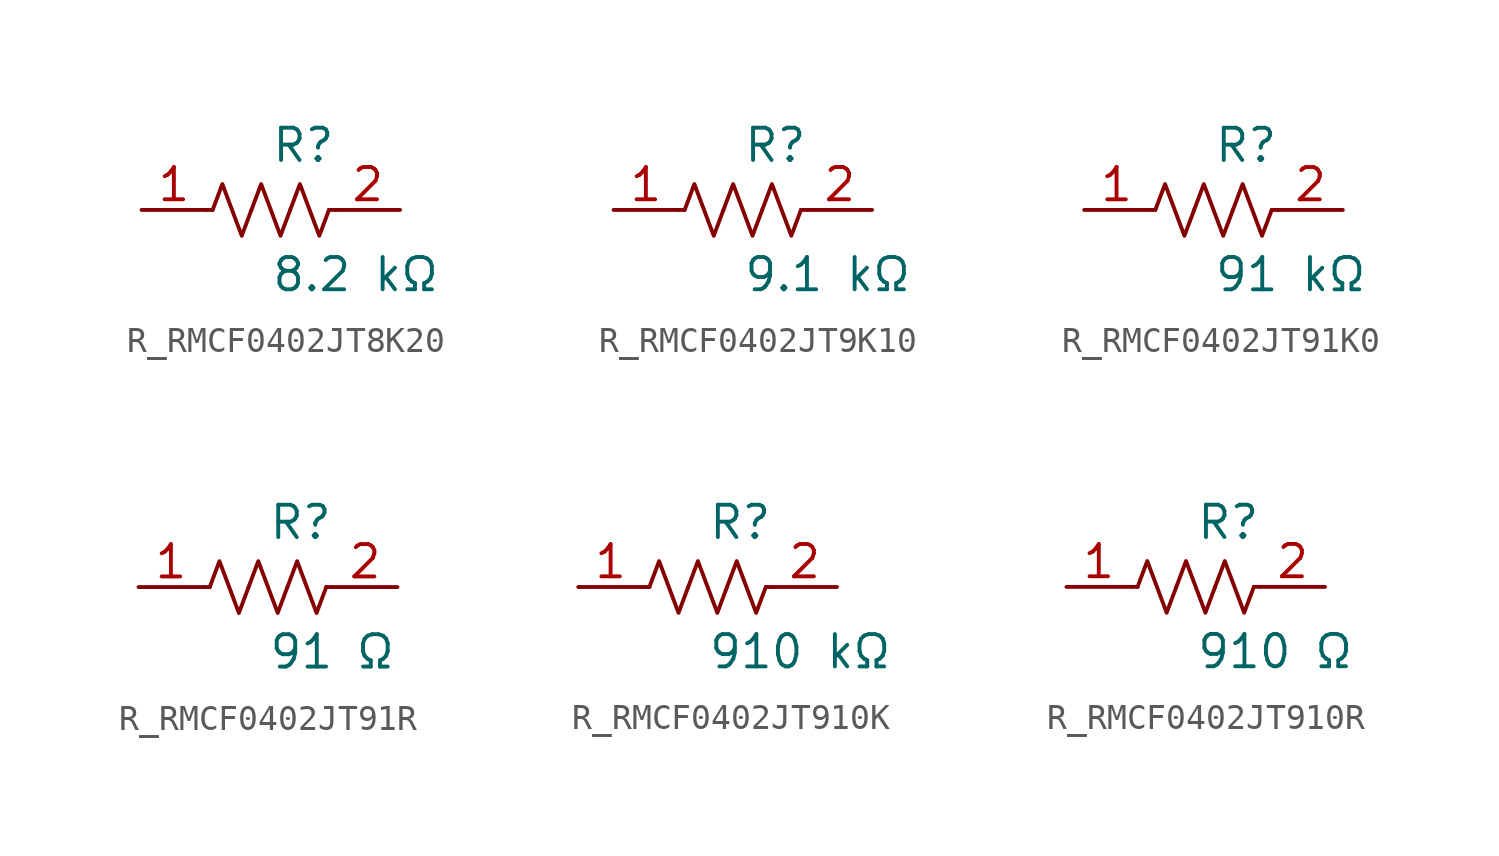
<source format=kicad_sym>
(kicad_symbol_lib
  (version 20231120)
  (generator kicad_symbol_editor)
  (generator_version 8.0)
  (symbol "R_RMCF0402JT8K20"
    (pin_names
      (offset 0.254))
    (property "Reference" "R"
      (at 0 2.54 0)
      (effects (font (size 1.27 1.27)) (justify left)))
    (property "Value" "8.2 kΩ"
      (at 0 -2.54 0)
      (effects (font (size 1.27 1.27)) (justify left)))
    (symbol "R_RMCF0402JT8K20_0_1"
      (polyline (pts (xy 2.286 0) (xy 2.54 0)) (stroke (width 0) (type default)) (fill (type none)))
      (polyline (pts (xy -2.286 0) (xy -2.54 0)) (stroke (width 0) (type default)) (fill (type none)))
      (polyline (pts (xy 0.762 0) (xy 1.143 1.016) (xy 1.524 0) (xy 1.905 -1.016) (xy 2.286 0)) (stroke (width 0) (type default)) (fill (type none)))
      (polyline (pts (xy -0.762 0) (xy -0.381 1.016) (xy 0 0) (xy 0.381 -1.016) (xy 0.762 0)) (stroke (width 0) (type default)) (fill (type none)))
      (polyline (pts (xy -2.286 0) (xy -1.905 1.016) (xy -1.524 0) (xy -1.143 -1.016) (xy -0.762 0)) (stroke (width 0) (type default)) (fill (type none))))
    (pin unspecified line
      (at -5.08 0 0)
      (length 2.54)
      (name "" (effects (font (size 1.27 1.27))))
      (number "1" (effects (font (size 1.27 1.27)))))
    (pin unspecified line
      (at 5.08 0 180)
      (length 2.54)
      (name "" (effects (font (size 1.27 1.27))))
      (number "2" (effects (font (size 1.27 1.27))))))
  (symbol "R_RMCF0402JT9K10"
    (pin_names
      (offset 0.254))
    (property "Reference" "R"
      (at 0 2.54 0)
      (effects (font (size 1.27 1.27)) (justify left)))
    (property "Value" "9.1 kΩ"
      (at 0 -2.54 0)
      (effects (font (size 1.27 1.27)) (justify left)))
    (symbol "R_RMCF0402JT9K10_0_1"
      (polyline (pts (xy 2.286 0) (xy 2.54 0)) (stroke (width 0) (type default)) (fill (type none)))
      (polyline (pts (xy -2.286 0) (xy -2.54 0)) (stroke (width 0) (type default)) (fill (type none)))
      (polyline (pts (xy 0.762 0) (xy 1.143 1.016) (xy 1.524 0) (xy 1.905 -1.016) (xy 2.286 0)) (stroke (width 0) (type default)) (fill (type none)))
      (polyline (pts (xy -0.762 0) (xy -0.381 1.016) (xy 0 0) (xy 0.381 -1.016) (xy 0.762 0)) (stroke (width 0) (type default)) (fill (type none)))
      (polyline (pts (xy -2.286 0) (xy -1.905 1.016) (xy -1.524 0) (xy -1.143 -1.016) (xy -0.762 0)) (stroke (width 0) (type default)) (fill (type none))))
    (pin unspecified line
      (at -5.08 0 0)
      (length 2.54)
      (name "" (effects (font (size 1.27 1.27))))
      (number "1" (effects (font (size 1.27 1.27)))))
    (pin unspecified line
      (at 5.08 0 180)
      (length 2.54)
      (name "" (effects (font (size 1.27 1.27))))
      (number "2" (effects (font (size 1.27 1.27))))))
  (symbol "R_RMCF0402JT91K0"
    (pin_names
      (offset 0.254))
    (property "Reference" "R"
      (at 0 2.54 0)
      (effects (font (size 1.27 1.27)) (justify left)))
    (property "Value" "91 kΩ"
      (at 0 -2.54 0)
      (effects (font (size 1.27 1.27)) (justify left)))
    (symbol "R_RMCF0402JT91K0_0_1"
      (polyline (pts (xy 2.286 0) (xy 2.54 0)) (stroke (width 0) (type default)) (fill (type none)))
      (polyline (pts (xy -2.286 0) (xy -2.54 0)) (stroke (width 0) (type default)) (fill (type none)))
      (polyline (pts (xy 0.762 0) (xy 1.143 1.016) (xy 1.524 0) (xy 1.905 -1.016) (xy 2.286 0)) (stroke (width 0) (type default)) (fill (type none)))
      (polyline (pts (xy -0.762 0) (xy -0.381 1.016) (xy 0 0) (xy 0.381 -1.016) (xy 0.762 0)) (stroke (width 0) (type default)) (fill (type none)))
      (polyline (pts (xy -2.286 0) (xy -1.905 1.016) (xy -1.524 0) (xy -1.143 -1.016) (xy -0.762 0)) (stroke (width 0) (type default)) (fill (type none))))
    (pin unspecified line
      (at -5.08 0 0)
      (length 2.54)
      (name "" (effects (font (size 1.27 1.27))))
      (number "1" (effects (font (size 1.27 1.27)))))
    (pin unspecified line
      (at 5.08 0 180)
      (length 2.54)
      (name "" (effects (font (size 1.27 1.27))))
      (number "2" (effects (font (size 1.27 1.27))))))
  (symbol "R_RMCF0402JT91R"
    (pin_names
      (offset 0.254))
    (property "Reference" "R"
      (at 0 2.54 0)
      (effects (font (size 1.27 1.27)) (justify left)))
    (property "Value" "91 Ω"
      (at 0 -2.54 0)
      (effects (font (size 1.27 1.27)) (justify left)))
    (symbol "R_RMCF0402JT91R_0_1"
      (polyline (pts (xy 2.286 0) (xy 2.54 0)) (stroke (width 0) (type default)) (fill (type none)))
      (polyline (pts (xy -2.286 0) (xy -2.54 0)) (stroke (width 0) (type default)) (fill (type none)))
      (polyline (pts (xy 0.762 0) (xy 1.143 1.016) (xy 1.524 0) (xy 1.905 -1.016) (xy 2.286 0)) (stroke (width 0) (type default)) (fill (type none)))
      (polyline (pts (xy -0.762 0) (xy -0.381 1.016) (xy 0 0) (xy 0.381 -1.016) (xy 0.762 0)) (stroke (width 0) (type default)) (fill (type none)))
      (polyline (pts (xy -2.286 0) (xy -1.905 1.016) (xy -1.524 0) (xy -1.143 -1.016) (xy -0.762 0)) (stroke (width 0) (type default)) (fill (type none))))
    (pin unspecified line
      (at -5.08 0 0)
      (length 2.54)
      (name "" (effects (font (size 1.27 1.27))))
      (number "1" (effects (font (size 1.27 1.27)))))
    (pin unspecified line
      (at 5.08 0 180)
      (length 2.54)
      (name "" (effects (font (size 1.27 1.27))))
      (number "2" (effects (font (size 1.27 1.27))))))
  (symbol "R_RMCF0402JT910K"
    (pin_names
      (offset 0.254))
    (property "Reference" "R"
      (at 0 2.54 0)
      (effects (font (size 1.27 1.27)) (justify left)))
    (property "Value" "910 kΩ"
      (at 0 -2.54 0)
      (effects (font (size 1.27 1.27)) (justify left)))
    (symbol "R_RMCF0402JT910K_0_1"
      (polyline (pts (xy 2.286 0) (xy 2.54 0)) (stroke (width 0) (type default)) (fill (type none)))
      (polyline (pts (xy -2.286 0) (xy -2.54 0)) (stroke (width 0) (type default)) (fill (type none)))
      (polyline (pts (xy 0.762 0) (xy 1.143 1.016) (xy 1.524 0) (xy 1.905 -1.016) (xy 2.286 0)) (stroke (width 0) (type default)) (fill (type none)))
      (polyline (pts (xy -0.762 0) (xy -0.381 1.016) (xy 0 0) (xy 0.381 -1.016) (xy 0.762 0)) (stroke (width 0) (type default)) (fill (type none)))
      (polyline (pts (xy -2.286 0) (xy -1.905 1.016) (xy -1.524 0) (xy -1.143 -1.016) (xy -0.762 0)) (stroke (width 0) (type default)) (fill (type none))))
    (pin unspecified line
      (at -5.08 0 0)
      (length 2.54)
      (name "" (effects (font (size 1.27 1.27))))
      (number "1" (effects (font (size 1.27 1.27)))))
    (pin unspecified line
      (at 5.08 0 180)
      (length 2.54)
      (name "" (effects (font (size 1.27 1.27))))
      (number "2" (effects (font (size 1.27 1.27))))))
  (symbol "R_RMCF0402JT910R"
    (pin_names
      (offset 0.254))
    (property "Reference" "R"
      (at 0 2.54 0)
      (effects (font (size 1.27 1.27)) (justify left)))
    (property "Value" "910 Ω"
      (at 0 -2.54 0)
      (effects (font (size 1.27 1.27)) (justify left)))
    (symbol "R_RMCF0402JT910R_0_1"
      (polyline (pts (xy 2.286 0) (xy 2.54 0)) (stroke (width 0) (type default)) (fill (type none)))
      (polyline (pts (xy -2.286 0) (xy -2.54 0)) (stroke (width 0) (type default)) (fill (type none)))
      (polyline (pts (xy 0.762 0) (xy 1.143 1.016) (xy 1.524 0) (xy 1.905 -1.016) (xy 2.286 0)) (stroke (width 0) (type default)) (fill (type none)))
      (polyline (pts (xy -0.762 0) (xy -0.381 1.016) (xy 0 0) (xy 0.381 -1.016) (xy 0.762 0)) (stroke (width 0) (type default)) (fill (type none)))
      (polyline (pts (xy -2.286 0) (xy -1.905 1.016) (xy -1.524 0) (xy -1.143 -1.016) (xy -0.762 0)) (stroke (width 0) (type default)) (fill (type none))))
    (pin unspecified line
      (at -5.08 0 0)
      (length 2.54)
      (name "" (effects (font (size 1.27 1.27))))
      (number "1" (effects (font (size 1.27 1.27)))))
    (pin unspecified line
      (at 5.08 0 180)
      (length 2.54)
      (name "" (effects (font (size 1.27 1.27))))
      (number "2" (effects (font (size 1.27 1.27)))))))
</source>
